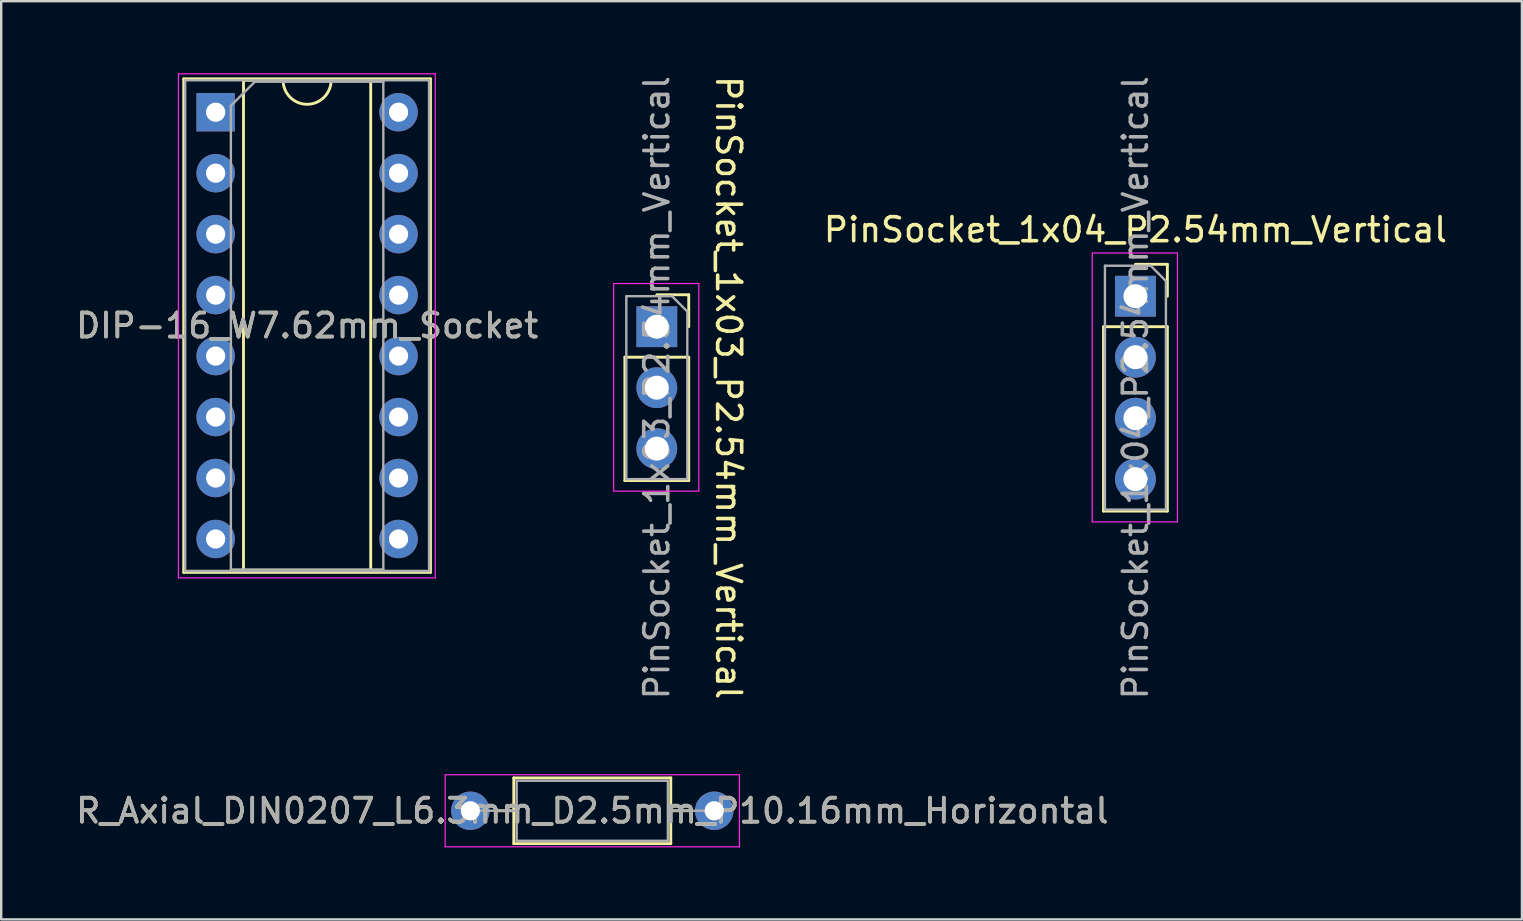
<source format=kicad_pcb>
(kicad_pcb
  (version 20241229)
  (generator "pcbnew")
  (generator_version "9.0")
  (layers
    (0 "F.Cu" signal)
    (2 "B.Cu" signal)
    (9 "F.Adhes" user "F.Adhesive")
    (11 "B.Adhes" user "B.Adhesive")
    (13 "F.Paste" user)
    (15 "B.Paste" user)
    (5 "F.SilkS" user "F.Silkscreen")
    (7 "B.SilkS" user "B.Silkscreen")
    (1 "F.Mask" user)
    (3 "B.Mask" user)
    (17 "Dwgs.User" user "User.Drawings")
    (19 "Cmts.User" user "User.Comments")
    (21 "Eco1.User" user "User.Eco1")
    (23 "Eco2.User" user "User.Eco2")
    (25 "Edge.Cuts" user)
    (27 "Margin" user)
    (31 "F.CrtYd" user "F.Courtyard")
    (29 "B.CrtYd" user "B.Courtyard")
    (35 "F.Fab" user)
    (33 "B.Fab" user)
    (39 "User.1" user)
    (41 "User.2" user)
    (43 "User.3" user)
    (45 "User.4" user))
  (footprint "PinSocket_1x03_P2.54mm_Vertical"
    (layer "F.Cu")
    (at 24.313 10.561)
    (property "Reference" "PinSocket_1x03_P2.54mm_Vertical" (at 2.99 2.54 270) (unlocked yes) (layer "F.SilkS") (effects (font (size 1 1) (thickness 0.15))))
    (attr through_hole)
    (fp_line (start -1.33 1.27) (end -1.33 6.41) (stroke (width 0.12) (type solid)) (layer "F.SilkS"))
    (fp_line (start -1.33 1.27) (end 1.33 1.27) (stroke (width 0.12) (type solid)) (layer "F.SilkS"))
    (fp_line (start -1.33 6.41) (end 1.33 6.41) (stroke (width 0.12) (type solid)) (layer "F.SilkS"))
    (fp_line (start 0 -1.33) (end 1.33 -1.33) (stroke (width 0.12) (type solid)) (layer "F.SilkS"))
    (fp_line (start 1.33 -1.33) (end 1.33 0) (stroke (width 0.12) (type solid)) (layer "F.SilkS"))
    (fp_line (start 1.33 1.27) (end 1.33 6.41) (stroke (width 0.12) (type solid)) (layer "F.SilkS"))
    (fp_line (start -1.8 -1.8) (end 1.75 -1.8) (stroke (width 0.05) (type solid)) (layer "F.CrtYd"))
    (fp_line (start -1.8 6.85) (end -1.8 -1.8) (stroke (width 0.05) (type solid)) (layer "F.CrtYd"))
    (fp_line (start 1.75 -1.8) (end 1.75 6.85) (stroke (width 0.05) (type solid)) (layer "F.CrtYd"))
    (fp_line (start 1.75 6.85) (end -1.8 6.85) (stroke (width 0.05) (type solid)) (layer "F.CrtYd"))
    (fp_line (start -1.27 -1.27) (end 0.635 -1.27) (stroke (width 0.1) (type solid)) (layer "F.Fab"))
    (fp_line (start -1.27 6.35) (end -1.27 -1.27) (stroke (width 0.1) (type solid)) (layer "F.Fab"))
    (fp_line (start 0.635 -1.27) (end 1.27 -0.635) (stroke (width 0.1) (type solid)) (layer "F.Fab"))
    (fp_line (start 1.27 -0.635) (end 1.27 6.35) (stroke (width 0.1) (type solid)) (layer "F.Fab"))
    (fp_line (start 1.27 6.35) (end -1.27 6.35) (stroke (width 0.1) (type solid)) (layer "F.Fab"))
    (fp_text user "${REFERENCE}" (at 0 2.54 90) (layer "F.Fab") (effects (font (size 1 1) (thickness 0.15))))
    (pad "1" thru_hole rect (at 0 0) (size 1.7 1.7) (drill 1) (layers "*.Cu" "*.Mask"))
    (pad "2" thru_hole circle (at 0 2.54) (size 1.7 1.7) (drill 1) (layers "*.Cu" "*.Mask"))
    (pad "4" thru_hole circle (at 0 5.08) (size 1.7 1.7) (drill 1) (layers "*.Cu" "*.Mask")))
  (footprint "R_Axial_DIN0207_L6.3mm_D2.5mm_P10.16mm_Horizontal"
    (layer "F.Cu")
    (at 16.545 30.727)
    (property "Reference" "R_Axial_DIN0207_L6.3mm_D2.5mm_P10.16mm_Horizontal" (at 5.08 0 0) (layer "F.SilkS") (effects (font (size 1 1) (thickness 0.15))))
    (attr through_hole)
    (fp_line (start 1.04 0) (end 1.81 0) (stroke (width 0.12) (type solid)) (layer "F.SilkS"))
    (fp_line (start 1.81 -1.37) (end 1.81 1.37) (stroke (width 0.12) (type solid)) (layer "F.SilkS"))
    (fp_line (start 1.81 1.37) (end 8.35 1.37) (stroke (width 0.12) (type solid)) (layer "F.SilkS"))
    (fp_line (start 8.35 -1.37) (end 1.81 -1.37) (stroke (width 0.12) (type solid)) (layer "F.SilkS"))
    (fp_line (start 8.35 1.37) (end 8.35 -1.37) (stroke (width 0.12) (type solid)) (layer "F.SilkS"))
    (fp_line (start 9.12 0) (end 8.35 0) (stroke (width 0.12) (type solid)) (layer "F.SilkS"))
    (fp_line (start -1.05 -1.5) (end -1.05 1.5) (stroke (width 0.05) (type solid)) (layer "F.CrtYd"))
    (fp_line (start -1.05 1.5) (end 11.21 1.5) (stroke (width 0.05) (type solid)) (layer "F.CrtYd"))
    (fp_line (start 11.21 -1.5) (end -1.05 -1.5) (stroke (width 0.05) (type solid)) (layer "F.CrtYd"))
    (fp_line (start 11.21 1.5) (end 11.21 -1.5) (stroke (width 0.05) (type solid)) (layer "F.CrtYd"))
    (fp_line (start 0 0) (end 1.93 0) (stroke (width 0.1) (type solid)) (layer "F.Fab"))
    (fp_line (start 1.93 -1.25) (end 1.93 1.25) (stroke (width 0.1) (type solid)) (layer "F.Fab"))
    (fp_line (start 1.93 1.25) (end 8.23 1.25) (stroke (width 0.1) (type solid)) (layer "F.Fab"))
    (fp_line (start 8.23 -1.25) (end 1.93 -1.25) (stroke (width 0.1) (type solid)) (layer "F.Fab"))
    (fp_line (start 8.23 1.25) (end 8.23 -1.25) (stroke (width 0.1) (type solid)) (layer "F.Fab"))
    (fp_line (start 10.16 0) (end 8.23 0) (stroke (width 0.1) (type solid)) (layer "F.Fab"))
    (fp_text user "${REFERENCE}" (at 5.08 0 0) (layer "F.Fab") (effects (font (size 1 1) (thickness 0.15))))
    (pad "1" thru_hole circle (at 0 0) (size 1.6 1.6) (drill 0.8) (layers "*.Cu" "*.Mask"))
    (pad "2" thru_hole circle (at 10.16 0) (size 1.6 1.6) (drill 0.8) (layers "*.Cu" "*.Mask")))
  (footprint "DIP-16_W7.62mm_Socket"
    (layer "F.Cu")
    (at 9.744 1.295)
    (property "Reference" "DIP-16_W7.62mm_Socket" (at 0 9.22 0) (layer "F.SilkS") (effects (font (size 1 1) (thickness 0.15))))
    (attr through_hole)
    (fp_line (start -5.14 -1.06) (end -5.14 19.5) (stroke (width 0.12) (type solid)) (layer "F.SilkS"))
    (fp_line (start -5.14 19.5) (end 5.14 19.5) (stroke (width 0.12) (type solid)) (layer "F.SilkS"))
    (fp_line (start -2.65 -1) (end -2.65 19.44) (stroke (width 0.12) (type solid)) (layer "F.SilkS"))
    (fp_line (start -2.65 19.44) (end 2.65 19.44) (stroke (width 0.12) (type solid)) (layer "F.SilkS"))
    (fp_line (start -1 -1) (end -2.65 -1) (stroke (width 0.12) (type solid)) (layer "F.SilkS"))
    (fp_line (start 2.65 -1) (end 1 -1) (stroke (width 0.12) (type solid)) (layer "F.SilkS"))
    (fp_line (start 2.65 19.44) (end 2.65 -1) (stroke (width 0.12) (type solid)) (layer "F.SilkS"))
    (fp_line (start 5.14 -1.06) (end -5.14 -1.06) (stroke (width 0.12) (type solid)) (layer "F.SilkS"))
    (fp_line (start 5.14 19.5) (end 5.14 -1.06) (stroke (width 0.12) (type solid)) (layer "F.SilkS"))
    (fp_arc (start 1 -1) (mid 0 0) (end -1 -1) (stroke (width 0.12) (type solid)) (layer "F.SilkS"))
    (fp_line (start -5.36 -1.27) (end -5.36 19.73) (stroke (width 0.05) (type solid)) (layer "F.CrtYd"))
    (fp_line (start -5.36 19.73) (end 5.34 19.73) (stroke (width 0.05) (type solid)) (layer "F.CrtYd"))
    (fp_line (start 5.34 -1.27) (end -5.36 -1.27) (stroke (width 0.05) (type solid)) (layer "F.CrtYd"))
    (fp_line (start 5.34 19.73) (end 5.34 -1.27) (stroke (width 0.05) (type solid)) (layer "F.CrtYd"))
    (fp_line (start -5.08 -1) (end -5.08 19.44) (stroke (width 0.1) (type solid)) (layer "F.Fab"))
    (fp_line (start -5.08 19.44) (end 5.08 19.44) (stroke (width 0.1) (type solid)) (layer "F.Fab"))
    (fp_line (start -3.175 0.06) (end -2.175 -0.94) (stroke (width 0.1) (type solid)) (layer "F.Fab"))
    (fp_line (start -3.175 19.38) (end -3.175 0.06) (stroke (width 0.1) (type solid)) (layer "F.Fab"))
    (fp_line (start -2.175 -0.94) (end 3.175 -0.94) (stroke (width 0.1) (type solid)) (layer "F.Fab"))
    (fp_line (start 3.175 -0.94) (end 3.175 19.38) (stroke (width 0.1) (type solid)) (layer "F.Fab"))
    (fp_line (start 3.175 19.38) (end -3.175 19.38) (stroke (width 0.1) (type solid)) (layer "F.Fab"))
    (fp_line (start 5.08 -1) (end -5.08 -1) (stroke (width 0.1) (type solid)) (layer "F.Fab"))
    (fp_line (start 5.08 19.44) (end 5.08 -1) (stroke (width 0.1) (type solid)) (layer "F.Fab"))
    (fp_text user "${REFERENCE}" (at 0 9.22 0) (layer "F.Fab") (effects (font (size 1 1) (thickness 0.15))))
    (pad "1" thru_hole rect (at -3.81 0.33) (size 1.6 1.6) (drill 0.8) (layers "*.Cu" "*.Mask"))
    (pad "2" thru_hole circle (at -3.81 2.87) (size 1.6 1.6) (drill 0.8) (layers "*.Cu" "*.Mask"))
    (pad "3" thru_hole circle (at -3.81 5.41) (size 1.6 1.6) (drill 0.8) (layers "*.Cu" "*.Mask"))
    (pad "4" thru_hole circle (at -3.81 7.95) (size 1.6 1.6) (drill 0.8) (layers "*.Cu" "*.Mask"))
    (pad "5" thru_hole circle (at -3.81 10.49) (size 1.6 1.6) (drill 0.8) (layers "*.Cu" "*.Mask"))
    (pad "6" thru_hole circle (at -3.81 13.03) (size 1.6 1.6) (drill 0.8) (layers "*.Cu" "*.Mask"))
    (pad "7" thru_hole circle (at -3.81 15.57) (size 1.6 1.6) (drill 0.8) (layers "*.Cu" "*.Mask"))
    (pad "8" thru_hole circle (at -3.81 18.11) (size 1.6 1.6) (drill 0.8) (layers "*.Cu" "*.Mask"))
    (pad "9" thru_hole circle (at 3.81 18.11) (size 1.6 1.6) (drill 0.8) (layers "*.Cu" "*.Mask"))
    (pad "10" thru_hole circle (at 3.81 15.57) (size 1.6 1.6) (drill 0.8) (layers "*.Cu" "*.Mask"))
    (pad "11" thru_hole circle (at 3.81 13.03) (size 1.6 1.6) (drill 0.8) (layers "*.Cu" "*.Mask"))
    (pad "12" thru_hole circle (at 3.81 10.49) (size 1.6 1.6) (drill 0.8) (layers "*.Cu" "*.Mask"))
    (pad "13" thru_hole circle (at 3.81 7.95) (size 1.6 1.6) (drill 0.8) (layers "*.Cu" "*.Mask"))
    (pad "14" thru_hole circle (at 3.81 5.41) (size 1.6 1.6) (drill 0.8) (layers "*.Cu" "*.Mask"))
    (pad "15" thru_hole circle (at 3.81 2.87) (size 1.6 1.6) (drill 0.8) (layers "*.Cu" "*.Mask"))
    (pad "16" thru_hole circle (at 3.81 0.33) (size 1.6 1.6) (drill 0.8) (layers "*.Cu" "*.Mask")))
  (footprint "PinSocket_1x04_P2.54mm_Vertical"
    (layer "F.Cu")
    (at 44.253 9.291)
    (property "Reference" "PinSocket_1x04_P2.54mm_Vertical" (at 0 -2.77 180) (layer "F.SilkS") (effects (font (size 1 1) (thickness 0.15))))
    (attr through_hole)
    (fp_line (start -1.33 1.27) (end -1.33 8.95) (stroke (width 0.12) (type solid)) (layer "F.SilkS"))
    (fp_line (start -1.33 1.27) (end 1.33 1.27) (stroke (width 0.12) (type solid)) (layer "F.SilkS"))
    (fp_line (start -1.33 8.95) (end 1.33 8.95) (stroke (width 0.12) (type solid)) (layer "F.SilkS"))
    (fp_line (start 0 -1.33) (end 1.33 -1.33) (stroke (width 0.12) (type solid)) (layer "F.SilkS"))
    (fp_line (start 1.33 -1.33) (end 1.33 0) (stroke (width 0.12) (type solid)) (layer "F.SilkS"))
    (fp_line (start 1.33 1.27) (end 1.33 8.95) (stroke (width 0.12) (type solid)) (layer "F.SilkS"))
    (fp_line (start -1.8 -1.8) (end 1.75 -1.8) (stroke (width 0.05) (type solid)) (layer "F.CrtYd"))
    (fp_line (start -1.8 9.4) (end -1.8 -1.8) (stroke (width 0.05) (type solid)) (layer "F.CrtYd"))
    (fp_line (start 1.75 -1.8) (end 1.75 9.4) (stroke (width 0.05) (type solid)) (layer "F.CrtYd"))
    (fp_line (start 1.75 9.4) (end -1.8 9.4) (stroke (width 0.05) (type solid)) (layer "F.CrtYd"))
    (fp_line (start -1.27 -1.27) (end 0.635 -1.27) (stroke (width 0.1) (type solid)) (layer "F.Fab"))
    (fp_line (start -1.27 8.89) (end -1.27 -1.27) (stroke (width 0.1) (type solid)) (layer "F.Fab"))
    (fp_line (start 0.635 -1.27) (end 1.27 -0.635) (stroke (width 0.1) (type solid)) (layer "F.Fab"))
    (fp_line (start 1.27 -0.635) (end 1.27 8.89) (stroke (width 0.1) (type solid)) (layer "F.Fab"))
    (fp_line (start 1.27 8.89) (end -1.27 8.89) (stroke (width 0.1) (type solid)) (layer "F.Fab"))
    (fp_text user "${REFERENCE}" (at 0 3.81 270) (layer "F.Fab") (effects (font (size 1 1) (thickness 0.15))))
    (pad "1" thru_hole rect (at 0 0) (size 1.7 1.7) (drill 1) (layers "*.Cu" "*.Mask"))
    (pad "2" thru_hole circle (at 0 2.54) (size 1.7 1.7) (drill 1) (layers "*.Cu" "*.Mask"))
    (pad "3" thru_hole circle (at 0 5.08) (size 1.7 1.7) (drill 1) (layers "*.Cu" "*.Mask"))
    (pad "4" thru_hole circle (at 0 7.62) (size 1.7 1.7) (drill 1) (layers "*.Cu" "*.Mask")))
  (gr_rect
    (start -3 -3)
    (end 60.354 35.252)
    (stroke (width 0.1) (type default))
    (fill no)
    (layer "Edge.Cuts")))
</source>
